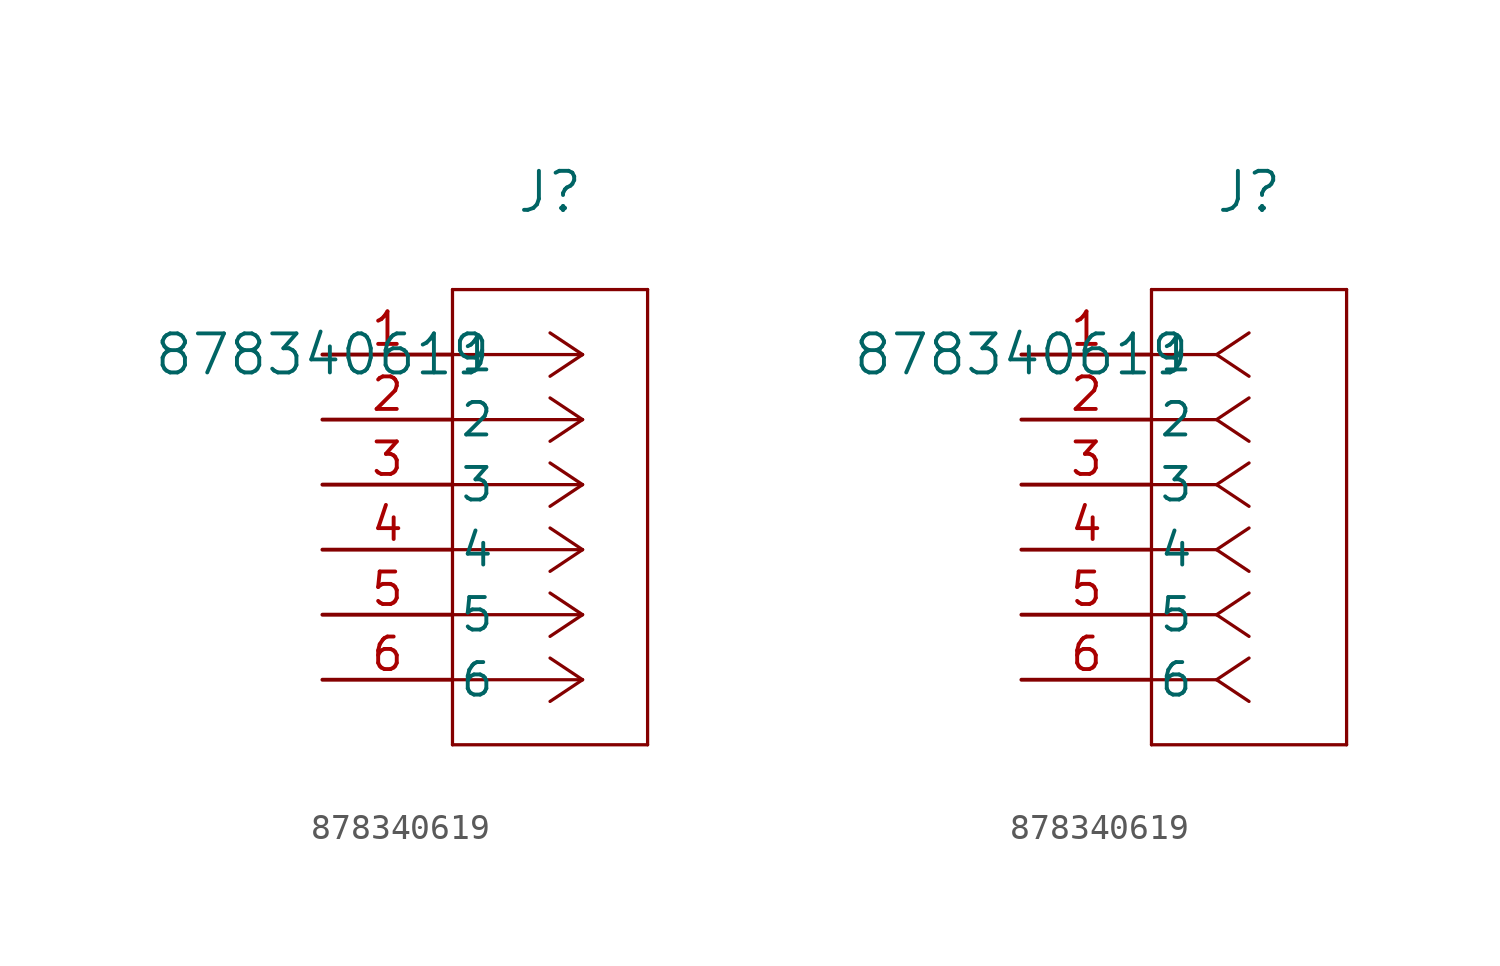
<source format=kicad_sym>
(kicad_symbol_lib
  (version 20211014)
  (generator kicad_symbol_editor)
  (symbol "878340619"
    (pin_names
      (offset 0.254))
    (property "Reference" "J"
      (at 8.89 6.35 0)
      (effects (font (size 1.524 1.524))))
    (property "Value" "878340619"
      (at 0 0 0)
      (effects (font (size 1.524 1.524))))
    (symbol "878340619_1_1"
      (polyline (pts (xy 10.16 0) (xy 5.08 0)) (stroke (width 0.127) (type default) (color 0 0 0 0)) (fill (type none)))
      (polyline (pts (xy 10.16 -2.54) (xy 5.08 -2.54)) (stroke (width 0.127) (type default) (color 0 0 0 0)) (fill (type none)))
      (polyline (pts (xy 10.16 -5.08) (xy 5.08 -5.08)) (stroke (width 0.127) (type default) (color 0 0 0 0)) (fill (type none)))
      (polyline (pts (xy 10.16 -7.62) (xy 5.08 -7.62)) (stroke (width 0.127) (type default) (color 0 0 0 0)) (fill (type none)))
      (polyline (pts (xy 10.16 -10.16) (xy 5.08 -10.16)) (stroke (width 0.127) (type default) (color 0 0 0 0)) (fill (type none)))
      (polyline (pts (xy 10.16 -12.7) (xy 5.08 -12.7)) (stroke (width 0.127) (type default) (color 0 0 0 0)) (fill (type none)))
      (polyline (pts (xy 10.16 0) (xy 8.89 0.847)) (stroke (width 0.127) (type default) (color 0 0 0 0)) (fill (type none)))
      (polyline (pts (xy 10.16 -2.54) (xy 8.89 -1.693)) (stroke (width 0.127) (type default) (color 0 0 0 0)) (fill (type none)))
      (polyline (pts (xy 10.16 -5.08) (xy 8.89 -4.233)) (stroke (width 0.127) (type default) (color 0 0 0 0)) (fill (type none)))
      (polyline (pts (xy 10.16 -7.62) (xy 8.89 -6.773)) (stroke (width 0.127) (type default) (color 0 0 0 0)) (fill (type none)))
      (polyline (pts (xy 10.16 -10.16) (xy 8.89 -9.313)) (stroke (width 0.127) (type default) (color 0 0 0 0)) (fill (type none)))
      (polyline (pts (xy 10.16 -12.7) (xy 8.89 -11.853)) (stroke (width 0.127) (type default) (color 0 0 0 0)) (fill (type none)))
      (polyline (pts (xy 10.16 0) (xy 8.89 -0.847)) (stroke (width 0.127) (type default) (color 0 0 0 0)) (fill (type none)))
      (polyline (pts (xy 10.16 -2.54) (xy 8.89 -3.387)) (stroke (width 0.127) (type default) (color 0 0 0 0)) (fill (type none)))
      (polyline (pts (xy 10.16 -5.08) (xy 8.89 -5.927)) (stroke (width 0.127) (type default) (color 0 0 0 0)) (fill (type none)))
      (polyline (pts (xy 10.16 -7.62) (xy 8.89 -8.467)) (stroke (width 0.127) (type default) (color 0 0 0 0)) (fill (type none)))
      (polyline (pts (xy 10.16 -10.16) (xy 8.89 -11.007)) (stroke (width 0.127) (type default) (color 0 0 0 0)) (fill (type none)))
      (polyline (pts (xy 10.16 -12.7) (xy 8.89 -13.547)) (stroke (width 0.127) (type default) (color 0 0 0 0)) (fill (type none)))
      (polyline (pts (xy 5.08 2.54) (xy 5.08 -15.24)) (stroke (width 0.127) (type default) (color 0 0 0 0)) (fill (type none)))
      (polyline (pts (xy 5.08 -15.24) (xy 12.7 -15.24)) (stroke (width 0.127) (type default) (color 0 0 0 0)) (fill (type none)))
      (polyline (pts (xy 12.7 -15.24) (xy 12.7 2.54)) (stroke (width 0.127) (type default) (color 0 0 0 0)) (fill (type none)))
      (polyline (pts (xy 12.7 2.54) (xy 5.08 2.54)) (stroke (width 0.127) (type default) (color 0 0 0 0)) (fill (type none)))
      (pin unspecified line (at 0 0 0) (length 5.08) (name "1" (effects (font (size 1.27 1.27)))) (number "1" (effects (font (size 1.27 1.27)))))
      (pin unspecified line (at 0 -2.54 0) (length 5.08) (name "2" (effects (font (size 1.27 1.27)))) (number "2" (effects (font (size 1.27 1.27)))))
      (pin unspecified line (at 0 -5.08 0) (length 5.08) (name "3" (effects (font (size 1.27 1.27)))) (number "3" (effects (font (size 1.27 1.27)))))
      (pin unspecified line (at 0 -7.62 0) (length 5.08) (name "4" (effects (font (size 1.27 1.27)))) (number "4" (effects (font (size 1.27 1.27)))))
      (pin unspecified line (at 0 -10.16 0) (length 5.08) (name "5" (effects (font (size 1.27 1.27)))) (number "5" (effects (font (size 1.27 1.27)))))
      (pin unspecified line (at 0 -12.7 0) (length 5.08) (name "6" (effects (font (size 1.27 1.27)))) (number "6" (effects (font (size 1.27 1.27))))))
    (symbol "878340619_1_2"
      (polyline (pts (xy 7.62 0) (xy 5.08 0)) (stroke (width 0.127) (type default) (color 0 0 0 0)) (fill (type none)))
      (polyline (pts (xy 7.62 -2.54) (xy 5.08 -2.54)) (stroke (width 0.127) (type default) (color 0 0 0 0)) (fill (type none)))
      (polyline (pts (xy 7.62 -5.08) (xy 5.08 -5.08)) (stroke (width 0.127) (type default) (color 0 0 0 0)) (fill (type none)))
      (polyline (pts (xy 7.62 -7.62) (xy 5.08 -7.62)) (stroke (width 0.127) (type default) (color 0 0 0 0)) (fill (type none)))
      (polyline (pts (xy 7.62 -10.16) (xy 5.08 -10.16)) (stroke (width 0.127) (type default) (color 0 0 0 0)) (fill (type none)))
      (polyline (pts (xy 7.62 -12.7) (xy 5.08 -12.7)) (stroke (width 0.127) (type default) (color 0 0 0 0)) (fill (type none)))
      (polyline (pts (xy 7.62 0) (xy 8.89 0.847)) (stroke (width 0.127) (type default) (color 0 0 0 0)) (fill (type none)))
      (polyline (pts (xy 7.62 -2.54) (xy 8.89 -1.693)) (stroke (width 0.127) (type default) (color 0 0 0 0)) (fill (type none)))
      (polyline (pts (xy 7.62 -5.08) (xy 8.89 -4.233)) (stroke (width 0.127) (type default) (color 0 0 0 0)) (fill (type none)))
      (polyline (pts (xy 7.62 -7.62) (xy 8.89 -6.773)) (stroke (width 0.127) (type default) (color 0 0 0 0)) (fill (type none)))
      (polyline (pts (xy 7.62 -10.16) (xy 8.89 -9.313)) (stroke (width 0.127) (type default) (color 0 0 0 0)) (fill (type none)))
      (polyline (pts (xy 7.62 -12.7) (xy 8.89 -11.853)) (stroke (width 0.127) (type default) (color 0 0 0 0)) (fill (type none)))
      (polyline (pts (xy 7.62 0) (xy 8.89 -0.847)) (stroke (width 0.127) (type default) (color 0 0 0 0)) (fill (type none)))
      (polyline (pts (xy 7.62 -2.54) (xy 8.89 -3.387)) (stroke (width 0.127) (type default) (color 0 0 0 0)) (fill (type none)))
      (polyline (pts (xy 7.62 -5.08) (xy 8.89 -5.927)) (stroke (width 0.127) (type default) (color 0 0 0 0)) (fill (type none)))
      (polyline (pts (xy 7.62 -7.62) (xy 8.89 -8.467)) (stroke (width 0.127) (type default) (color 0 0 0 0)) (fill (type none)))
      (polyline (pts (xy 7.62 -10.16) (xy 8.89 -11.007)) (stroke (width 0.127) (type default) (color 0 0 0 0)) (fill (type none)))
      (polyline (pts (xy 7.62 -12.7) (xy 8.89 -13.547)) (stroke (width 0.127) (type default) (color 0 0 0 0)) (fill (type none)))
      (polyline (pts (xy 5.08 2.54) (xy 5.08 -15.24)) (stroke (width 0.127) (type default) (color 0 0 0 0)) (fill (type none)))
      (polyline (pts (xy 5.08 -15.24) (xy 12.7 -15.24)) (stroke (width 0.127) (type default) (color 0 0 0 0)) (fill (type none)))
      (polyline (pts (xy 12.7 -15.24) (xy 12.7 2.54)) (stroke (width 0.127) (type default) (color 0 0 0 0)) (fill (type none)))
      (polyline (pts (xy 12.7 2.54) (xy 5.08 2.54)) (stroke (width 0.127) (type default) (color 0 0 0 0)) (fill (type none)))
      (pin unspecified line (at 0 0 0) (length 5.08) (name "1" (effects (font (size 1.27 1.27)))) (number "1" (effects (font (size 1.27 1.27)))))
      (pin unspecified line (at 0 -2.54 0) (length 5.08) (name "2" (effects (font (size 1.27 1.27)))) (number "2" (effects (font (size 1.27 1.27)))))
      (pin unspecified line (at 0 -5.08 0) (length 5.08) (name "3" (effects (font (size 1.27 1.27)))) (number "3" (effects (font (size 1.27 1.27)))))
      (pin unspecified line (at 0 -7.62 0) (length 5.08) (name "4" (effects (font (size 1.27 1.27)))) (number "4" (effects (font (size 1.27 1.27)))))
      (pin unspecified line (at 0 -10.16 0) (length 5.08) (name "5" (effects (font (size 1.27 1.27)))) (number "5" (effects (font (size 1.27 1.27)))))
      (pin unspecified line (at 0 -12.7 0) (length 5.08) (name "6" (effects (font (size 1.27 1.27)))) (number "6" (effects (font (size 1.27 1.27))))))))
</source>
